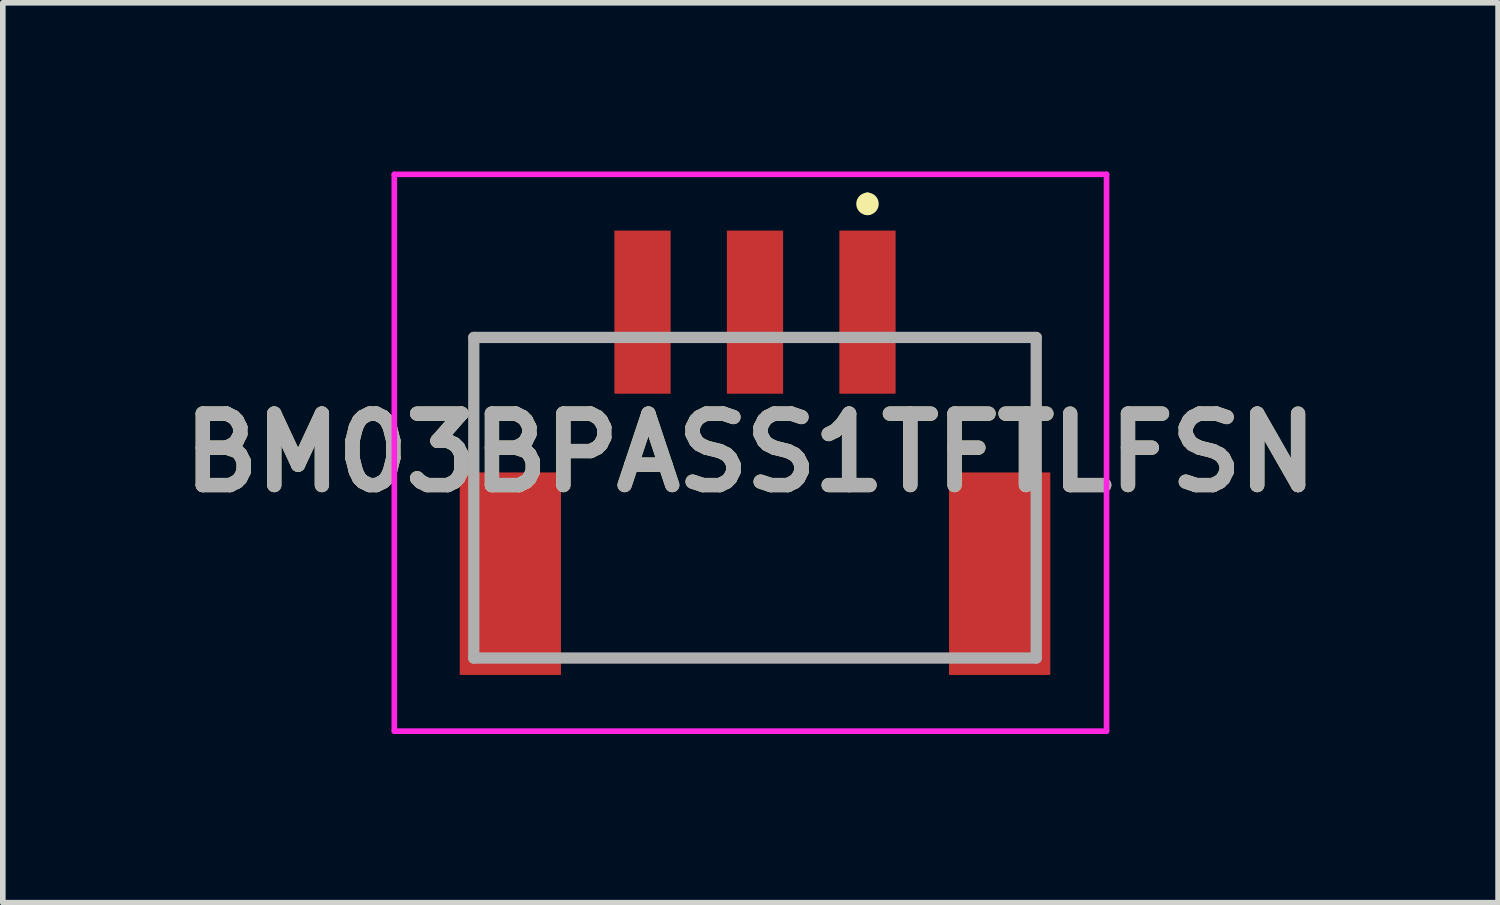
<source format=kicad_pcb>
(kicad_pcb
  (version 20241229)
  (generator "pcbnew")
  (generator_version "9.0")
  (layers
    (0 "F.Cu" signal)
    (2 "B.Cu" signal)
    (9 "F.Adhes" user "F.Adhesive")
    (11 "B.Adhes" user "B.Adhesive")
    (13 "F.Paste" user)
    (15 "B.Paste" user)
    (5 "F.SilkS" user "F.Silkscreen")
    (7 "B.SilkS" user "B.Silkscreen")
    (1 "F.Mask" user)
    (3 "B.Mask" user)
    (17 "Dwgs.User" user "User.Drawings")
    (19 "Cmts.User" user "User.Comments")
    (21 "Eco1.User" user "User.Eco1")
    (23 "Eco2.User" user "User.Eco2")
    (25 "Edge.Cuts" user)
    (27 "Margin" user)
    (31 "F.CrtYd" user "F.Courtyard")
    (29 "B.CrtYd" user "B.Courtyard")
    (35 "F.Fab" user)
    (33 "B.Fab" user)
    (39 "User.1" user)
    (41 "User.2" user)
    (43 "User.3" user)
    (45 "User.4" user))
  (footprint "BM03BPASS1TFTLFSN"
    (layer "F.Cu")
    (at 10.374 5.575)
    (property "Reference" "BM03BPASS1TFTLFSN" (at -0.081 -0.575 0) (layer "F.SilkS") (effects (font (size 1.27 1.27) (thickness 0.254))))
    (attr through_hole)
    (fp_line (start -2.5 3.075) (end 2.5 3.075) (stroke (width 0.1) (type solid)) (layer "F.SilkS"))
    (fp_line (start 2 -5.1) (end 2 -5.1) (stroke (width 0.2) (type solid)) (layer "F.SilkS"))
    (fp_line (start 2 -4.9) (end 2 -4.9) (stroke (width 0.2) (type solid)) (layer "F.SilkS"))
    (fp_line (start 3 -2.625) (end 5 -2.625) (stroke (width 0.1) (type solid)) (layer "F.SilkS"))
    (fp_line (start 5 -2.625) (end 5 -0.925) (stroke (width 0.1) (type solid)) (layer "F.SilkS"))
    (fp_arc (start 2 -5.1) (mid 2.1 -5) (end 2 -4.9) (stroke (width 0.2) (type solid)) (layer "F.SilkS"))
    (fp_arc (start 2 -4.9) (mid 1.9 -5) (end 2 -5.1) (stroke (width 0.2) (type solid)) (layer "F.SilkS"))
    (fp_line (start -6.413 -5.525) (end 6.25 -5.525) (stroke (width 0.1) (type solid)) (layer "F.CrtYd"))
    (fp_line (start -6.413 4.375) (end -6.413 -5.525) (stroke (width 0.1) (type solid)) (layer "F.CrtYd"))
    (fp_line (start 6.25 -5.525) (end 6.25 4.375) (stroke (width 0.1) (type solid)) (layer "F.CrtYd"))
    (fp_line (start 6.25 4.375) (end -6.413 4.375) (stroke (width 0.1) (type solid)) (layer "F.CrtYd"))
    (fp_line (start -5 -2.625) (end 5 -2.625) (stroke (width 0.2) (type solid)) (layer "F.Fab"))
    (fp_line (start -5 3.075) (end -5 -2.625) (stroke (width 0.2) (type solid)) (layer "F.Fab"))
    (fp_line (start 5 -2.625) (end 5 3.075) (stroke (width 0.2) (type solid)) (layer "F.Fab"))
    (fp_line (start 5 3.075) (end -5 3.075) (stroke (width 0.2) (type solid)) (layer "F.Fab"))
    (fp_text user "${REFERENCE}" (at -0.081 -0.575 0) (layer "F.Fab") (effects (font (size 1.27 1.27) (thickness 0.254))))
    (pad "" np_thru_hole circle (at -4.25 -1.825) (size 0.001 0.001) (drill 2.326) (layers "*.Cu" "*.Mask"))
    (pad "" np_thru_hole circle (at 4.2 -1.825) (size 0.001 0.001) (drill 0.9) (layers "*.Cu" "*.Mask"))
    (pad "1" smd rect (at 2 -3.075) (size 1 2.9) (layers "F.Cu" "F.Mask" "F.Paste"))
    (pad "2" smd rect (at 0 -3.075) (size 1 2.9) (layers "F.Cu" "F.Mask" "F.Paste"))
    (pad "3" smd rect (at -2 -3.075) (size 1 2.9) (layers "F.Cu" "F.Mask" "F.Paste"))
    (pad "MP1" smd rect (at -4.35 1.575) (size 1.8 3.6) (layers "F.Cu" "F.Mask" "F.Paste"))
    (pad "MP2" smd rect (at 4.35 1.575) (size 1.8 3.6) (layers "F.Cu" "F.Mask" "F.Paste")))
  (gr_rect
    (start -3 -3)
    (end 23.586 13)
    (stroke (width 0.1) (type default))
    (fill no)
    (layer "Edge.Cuts")))
</source>
